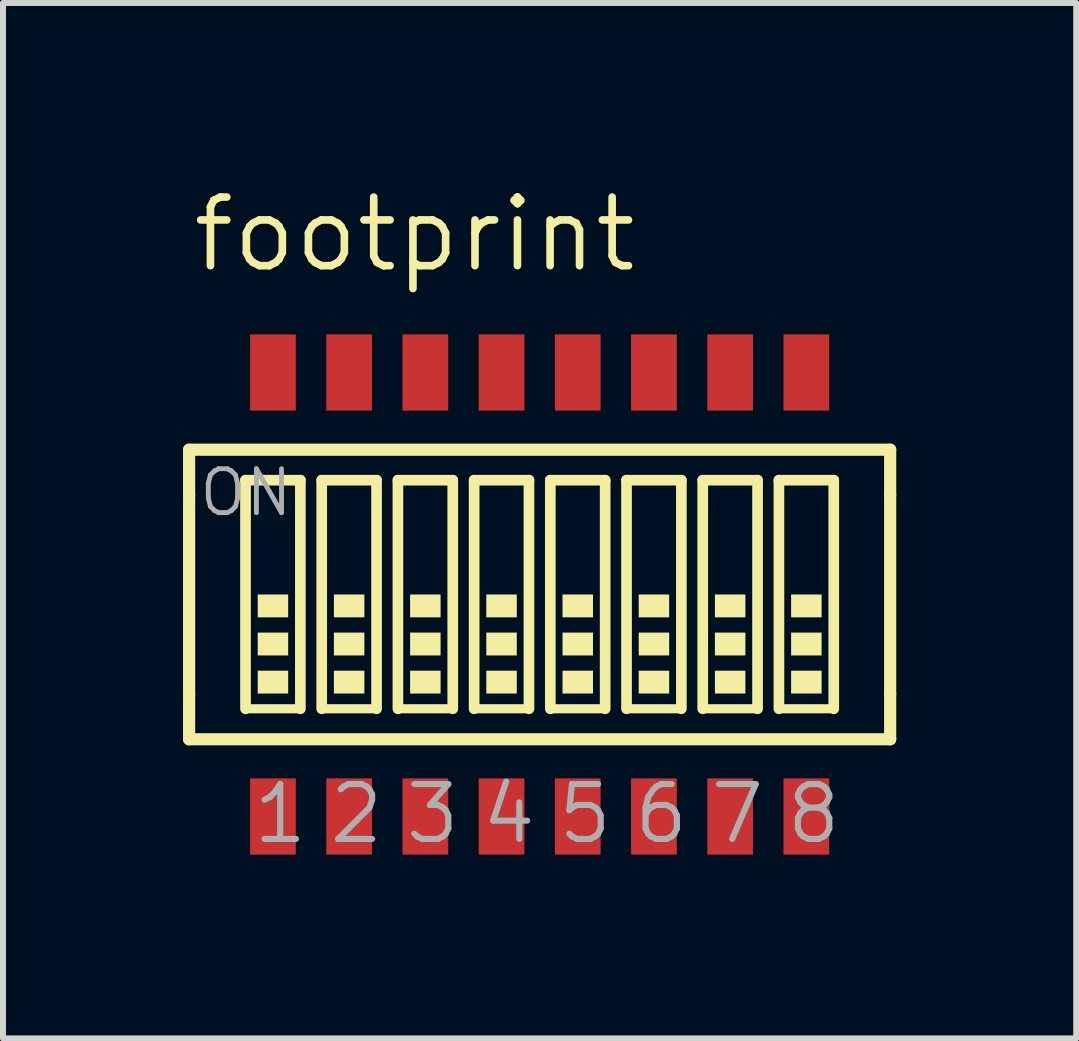
<source format=kicad_pcb>
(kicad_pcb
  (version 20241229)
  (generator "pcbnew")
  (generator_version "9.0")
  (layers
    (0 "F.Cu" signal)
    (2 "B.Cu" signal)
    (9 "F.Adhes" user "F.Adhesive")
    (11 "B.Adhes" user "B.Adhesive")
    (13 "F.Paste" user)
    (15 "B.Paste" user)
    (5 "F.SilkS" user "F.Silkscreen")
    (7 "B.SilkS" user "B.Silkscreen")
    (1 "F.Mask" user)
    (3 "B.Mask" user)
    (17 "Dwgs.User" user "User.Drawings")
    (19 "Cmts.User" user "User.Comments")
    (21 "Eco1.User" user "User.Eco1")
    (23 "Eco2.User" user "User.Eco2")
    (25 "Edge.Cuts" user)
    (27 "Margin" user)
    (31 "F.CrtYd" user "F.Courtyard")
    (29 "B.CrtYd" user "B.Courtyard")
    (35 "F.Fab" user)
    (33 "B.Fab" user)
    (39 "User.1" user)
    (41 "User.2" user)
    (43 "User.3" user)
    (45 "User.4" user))
  (footprint "footprint"
    (layer "F.Cu")
    (at 5.944 6.858)
    (property "Reference" "footprint" (at -5.842 -5.334 0) (layer "F.SilkS") (effects (font (size 1.143 1.143) (thickness 0.127)) (justify left bottom)))
    (fp_line (start -5.842 -2.413) (end -5.842 -1.651) (stroke (width 0.203) (type solid)) (layer "F.SilkS"))
    (fp_line (start -5.842 -1.651) (end -5.842 1.651) (stroke (width 0.203) (type solid)) (layer "F.SilkS"))
    (fp_line (start -5.842 1.651) (end -5.842 2.413) (stroke (width 0.203) (type solid)) (layer "F.SilkS"))
    (fp_line (start -5.842 2.413) (end 5.842 2.413) (stroke (width 0.203) (type solid)) (layer "F.SilkS"))
    (fp_line (start -4.902 -1.905) (end -4.902 1.905) (stroke (width 0.178) (type solid)) (layer "F.SilkS"))
    (fp_line (start -4.902 -1.905) (end -3.988 -1.905) (stroke (width 0.178) (type solid)) (layer "F.SilkS"))
    (fp_line (start -3.988 1.905) (end -4.902 1.905) (stroke (width 0.152) (type solid)) (layer "F.SilkS"))
    (fp_line (start -3.988 1.905) (end -3.988 -1.905) (stroke (width 0.178) (type solid)) (layer "F.SilkS"))
    (fp_line (start -3.632 -1.905) (end -3.632 1.905) (stroke (width 0.178) (type solid)) (layer "F.SilkS"))
    (fp_line (start -3.632 -1.905) (end -2.718 -1.905) (stroke (width 0.178) (type solid)) (layer "F.SilkS"))
    (fp_line (start -2.718 1.905) (end -3.632 1.905) (stroke (width 0.152) (type solid)) (layer "F.SilkS"))
    (fp_line (start -2.718 1.905) (end -2.718 -1.905) (stroke (width 0.178) (type solid)) (layer "F.SilkS"))
    (fp_line (start -2.362 -1.905) (end -2.362 1.905) (stroke (width 0.178) (type solid)) (layer "F.SilkS"))
    (fp_line (start -2.362 -1.905) (end -1.448 -1.905) (stroke (width 0.178) (type solid)) (layer "F.SilkS"))
    (fp_line (start -1.448 1.905) (end -2.362 1.905) (stroke (width 0.152) (type solid)) (layer "F.SilkS"))
    (fp_line (start -1.448 1.905) (end -1.448 -1.905) (stroke (width 0.178) (type solid)) (layer "F.SilkS"))
    (fp_line (start -1.092 -1.905) (end -1.092 1.905) (stroke (width 0.178) (type solid)) (layer "F.SilkS"))
    (fp_line (start -1.092 -1.905) (end -0.178 -1.905) (stroke (width 0.178) (type solid)) (layer "F.SilkS"))
    (fp_line (start -0.178 1.905) (end -1.092 1.905) (stroke (width 0.152) (type solid)) (layer "F.SilkS"))
    (fp_line (start -0.178 1.905) (end -0.178 -1.905) (stroke (width 0.178) (type solid)) (layer "F.SilkS"))
    (fp_line (start 0.178 -1.905) (end 0.178 1.905) (stroke (width 0.178) (type solid)) (layer "F.SilkS"))
    (fp_line (start 0.178 -1.905) (end 1.092 -1.905) (stroke (width 0.178) (type solid)) (layer "F.SilkS"))
    (fp_line (start 1.092 1.905) (end 0.178 1.905) (stroke (width 0.152) (type solid)) (layer "F.SilkS"))
    (fp_line (start 1.092 1.905) (end 1.092 -1.905) (stroke (width 0.178) (type solid)) (layer "F.SilkS"))
    (fp_line (start 1.448 -1.905) (end 1.448 1.905) (stroke (width 0.178) (type solid)) (layer "F.SilkS"))
    (fp_line (start 1.448 -1.905) (end 2.362 -1.905) (stroke (width 0.178) (type solid)) (layer "F.SilkS"))
    (fp_line (start 2.362 1.905) (end 1.448 1.905) (stroke (width 0.152) (type solid)) (layer "F.SilkS"))
    (fp_line (start 2.362 1.905) (end 2.362 -1.905) (stroke (width 0.178) (type solid)) (layer "F.SilkS"))
    (fp_line (start 2.718 -1.905) (end 2.718 1.905) (stroke (width 0.178) (type solid)) (layer "F.SilkS"))
    (fp_line (start 2.718 -1.905) (end 3.632 -1.905) (stroke (width 0.178) (type solid)) (layer "F.SilkS"))
    (fp_line (start 3.632 1.905) (end 2.718 1.905) (stroke (width 0.152) (type solid)) (layer "F.SilkS"))
    (fp_line (start 3.632 1.905) (end 3.632 -1.905) (stroke (width 0.178) (type solid)) (layer "F.SilkS"))
    (fp_line (start 3.988 -1.905) (end 3.988 1.905) (stroke (width 0.178) (type solid)) (layer "F.SilkS"))
    (fp_line (start 3.988 -1.905) (end 4.902 -1.905) (stroke (width 0.178) (type solid)) (layer "F.SilkS"))
    (fp_line (start 4.902 1.905) (end 3.988 1.905) (stroke (width 0.152) (type solid)) (layer "F.SilkS"))
    (fp_line (start 4.902 1.905) (end 4.902 -1.905) (stroke (width 0.178) (type solid)) (layer "F.SilkS"))
    (fp_line (start 5.842 -2.413) (end -5.842 -2.413) (stroke (width 0.203) (type solid)) (layer "F.SilkS"))
    (fp_line (start 5.842 -1.651) (end 5.842 -2.413) (stroke (width 0.203) (type solid)) (layer "F.SilkS"))
    (fp_line (start 5.842 1.651) (end 5.842 -1.651) (stroke (width 0.203) (type solid)) (layer "F.SilkS"))
    (fp_line (start 5.842 2.413) (end 5.842 1.651) (stroke (width 0.203) (type solid)) (layer "F.SilkS"))
    (fp_poly (pts (xy -4.699 0.381) (xy -4.191 0.381) (xy -4.191 0) (xy -4.699 0)) (stroke (width 0) (type solid)) (fill yes) (layer "F.SilkS"))
    (fp_poly (pts (xy -4.699 1.016) (xy -4.191 1.016) (xy -4.191 0.635) (xy -4.699 0.635)) (stroke (width 0) (type solid)) (fill yes) (layer "F.SilkS"))
    (fp_poly (pts (xy -4.699 1.651) (xy -4.191 1.651) (xy -4.191 1.27) (xy -4.699 1.27)) (stroke (width 0) (type solid)) (fill yes) (layer "F.SilkS"))
    (fp_poly (pts (xy -3.429 0.381) (xy -2.921 0.381) (xy -2.921 0) (xy -3.429 0)) (stroke (width 0) (type solid)) (fill yes) (layer "F.SilkS"))
    (fp_poly (pts (xy -3.429 1.016) (xy -2.921 1.016) (xy -2.921 0.635) (xy -3.429 0.635)) (stroke (width 0) (type solid)) (fill yes) (layer "F.SilkS"))
    (fp_poly (pts (xy -3.429 1.651) (xy -2.921 1.651) (xy -2.921 1.27) (xy -3.429 1.27)) (stroke (width 0) (type solid)) (fill yes) (layer "F.SilkS"))
    (fp_poly (pts (xy -2.159 0.381) (xy -1.651 0.381) (xy -1.651 0) (xy -2.159 0)) (stroke (width 0) (type solid)) (fill yes) (layer "F.SilkS"))
    (fp_poly (pts (xy -2.159 1.016) (xy -1.651 1.016) (xy -1.651 0.635) (xy -2.159 0.635)) (stroke (width 0) (type solid)) (fill yes) (layer "F.SilkS"))
    (fp_poly (pts (xy -2.159 1.651) (xy -1.651 1.651) (xy -1.651 1.27) (xy -2.159 1.27)) (stroke (width 0) (type solid)) (fill yes) (layer "F.SilkS"))
    (fp_poly (pts (xy -0.889 0.381) (xy -0.381 0.381) (xy -0.381 0) (xy -0.889 0)) (stroke (width 0) (type solid)) (fill yes) (layer "F.SilkS"))
    (fp_poly (pts (xy -0.889 1.016) (xy -0.381 1.016) (xy -0.381 0.635) (xy -0.889 0.635)) (stroke (width 0) (type solid)) (fill yes) (layer "F.SilkS"))
    (fp_poly (pts (xy -0.889 1.651) (xy -0.381 1.651) (xy -0.381 1.27) (xy -0.889 1.27)) (stroke (width 0) (type solid)) (fill yes) (layer "F.SilkS"))
    (fp_poly (pts (xy 0.381 0.381) (xy 0.889 0.381) (xy 0.889 0) (xy 0.381 0)) (stroke (width 0) (type solid)) (fill yes) (layer "F.SilkS"))
    (fp_poly (pts (xy 0.381 1.016) (xy 0.889 1.016) (xy 0.889 0.635) (xy 0.381 0.635)) (stroke (width 0) (type solid)) (fill yes) (layer "F.SilkS"))
    (fp_poly (pts (xy 0.381 1.651) (xy 0.889 1.651) (xy 0.889 1.27) (xy 0.381 1.27)) (stroke (width 0) (type solid)) (fill yes) (layer "F.SilkS"))
    (fp_poly (pts (xy 1.651 0.381) (xy 2.159 0.381) (xy 2.159 0) (xy 1.651 0)) (stroke (width 0) (type solid)) (fill yes) (layer "F.SilkS"))
    (fp_poly (pts (xy 1.651 1.016) (xy 2.159 1.016) (xy 2.159 0.635) (xy 1.651 0.635)) (stroke (width 0) (type solid)) (fill yes) (layer "F.SilkS"))
    (fp_poly (pts (xy 1.651 1.651) (xy 2.159 1.651) (xy 2.159 1.27) (xy 1.651 1.27)) (stroke (width 0) (type solid)) (fill yes) (layer "F.SilkS"))
    (fp_poly (pts (xy 2.921 0.381) (xy 3.429 0.381) (xy 3.429 0) (xy 2.921 0)) (stroke (width 0) (type solid)) (fill yes) (layer "F.SilkS"))
    (fp_poly (pts (xy 2.921 1.016) (xy 3.429 1.016) (xy 3.429 0.635) (xy 2.921 0.635)) (stroke (width 0) (type solid)) (fill yes) (layer "F.SilkS"))
    (fp_poly (pts (xy 2.921 1.651) (xy 3.429 1.651) (xy 3.429 1.27) (xy 2.921 1.27)) (stroke (width 0) (type solid)) (fill yes) (layer "F.SilkS"))
    (fp_poly (pts (xy 4.191 0.381) (xy 4.699 0.381) (xy 4.699 0) (xy 4.191 0)) (stroke (width 0) (type solid)) (fill yes) (layer "F.SilkS"))
    (fp_poly (pts (xy 4.191 1.016) (xy 4.699 1.016) (xy 4.699 0.635) (xy 4.191 0.635)) (stroke (width 0) (type solid)) (fill yes) (layer "F.SilkS"))
    (fp_poly (pts (xy 4.191 1.651) (xy 4.699 1.651) (xy 4.699 1.27) (xy 4.191 1.27)) (stroke (width 0) (type solid)) (fill yes) (layer "F.SilkS"))
    (fp_text user "7" (at 2.794 4.191 0) (layer "F.Fab") (effects (font (size 0.914 0.914) (thickness 0.102)) (justify left bottom)))
    (fp_text user "5" (at 0.254 4.191 0) (layer "F.Fab") (effects (font (size 0.914 0.914) (thickness 0.102)) (justify left bottom)))
    (fp_text user "6" (at 1.524 4.191 0) (layer "F.Fab") (effects (font (size 0.914 0.914) (thickness 0.102)) (justify left bottom)))
    (fp_text user "1" (at -4.826 4.191 0) (layer "F.Fab") (effects (font (size 0.914 0.914) (thickness 0.102)) (justify left bottom)))
    (fp_text user "4" (at -1.016 4.191 0) (layer "F.Fab") (effects (font (size 0.914 0.914) (thickness 0.102)) (justify left bottom)))
    (fp_text user "8" (at 4.064 4.191 0) (layer "F.Fab") (effects (font (size 0.914 0.914) (thickness 0.102)) (justify left bottom)))
    (fp_text user "2" (at -3.556 4.191 0) (layer "F.Fab") (effects (font (size 0.914 0.914) (thickness 0.102)) (justify left bottom)))
    (fp_text user "ON" (at -5.715 -1.27 0) (layer "F.Fab") (effects (font (size 0.732 0.732) (thickness 0.081)) (justify left bottom)))
    (fp_text user "3" (at -2.286 4.191 0) (layer "F.Fab") (effects (font (size 0.914 0.914) (thickness 0.102)) (justify left bottom)))
    (pad "1" smd rect (at -4.445 3.7 90) (size 1.27 0.762) (layers "F.Cu" "F.Mask" "F.Paste"))
    (pad "2" smd rect (at -3.175 3.7 90) (size 1.27 0.762) (layers "F.Cu" "F.Mask" "F.Paste"))
    (pad "3" smd rect (at -1.905 3.7 90) (size 1.27 0.762) (layers "F.Cu" "F.Mask" "F.Paste"))
    (pad "4" smd rect (at -0.635 3.7 90) (size 1.27 0.762) (layers "F.Cu" "F.Mask" "F.Paste"))
    (pad "5" smd rect (at 0.635 3.7 90) (size 1.27 0.762) (layers "F.Cu" "F.Mask" "F.Paste"))
    (pad "6" smd rect (at 1.905 3.7 90) (size 1.27 0.762) (layers "F.Cu" "F.Mask" "F.Paste"))
    (pad "7" smd rect (at 3.175 3.7 90) (size 1.27 0.762) (layers "F.Cu" "F.Mask" "F.Paste"))
    (pad "8" smd rect (at 4.445 3.7 90) (size 1.27 0.762) (layers "F.Cu" "F.Mask" "F.Paste"))
    (pad "9" smd rect (at 4.445 -3.7 90) (size 1.27 0.762) (layers "F.Cu" "F.Mask" "F.Paste"))
    (pad "10" smd rect (at 3.175 -3.7 90) (size 1.27 0.762) (layers "F.Cu" "F.Mask" "F.Paste"))
    (pad "11" smd rect (at 1.905 -3.7 90) (size 1.27 0.762) (layers "F.Cu" "F.Mask" "F.Paste"))
    (pad "12" smd rect (at 0.635 -3.7 90) (size 1.27 0.762) (layers "F.Cu" "F.Mask" "F.Paste"))
    (pad "13" smd rect (at -0.635 -3.7 90) (size 1.27 0.762) (layers "F.Cu" "F.Mask" "F.Paste"))
    (pad "14" smd rect (at -1.905 -3.7 90) (size 1.27 0.762) (layers "F.Cu" "F.Mask" "F.Paste"))
    (pad "15" smd rect (at -3.175 -3.7 90) (size 1.27 0.762) (layers "F.Cu" "F.Mask" "F.Paste"))
    (pad "16" smd rect (at -4.445 -3.7 90) (size 1.27 0.762) (layers "F.Cu" "F.Mask" "F.Paste")))
  (gr_rect
    (start -3 -3)
    (end 14.887 14.256)
    (stroke (width 0.1) (type default))
    (fill no)
    (layer "Edge.Cuts")))
</source>
